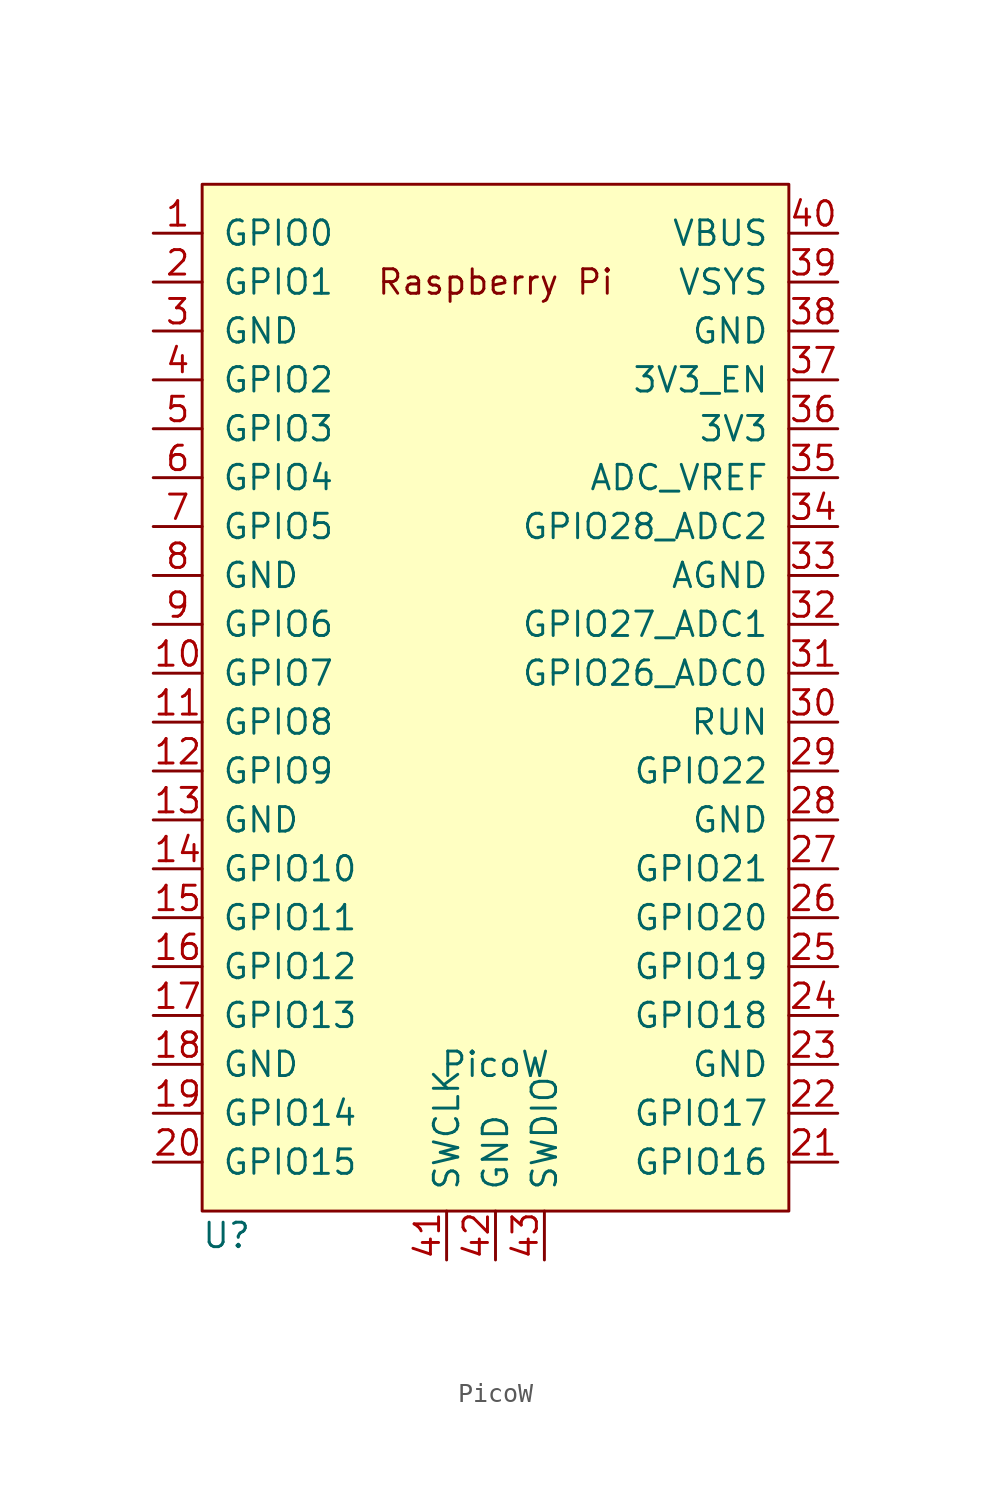
<source format=kicad_sym>
(kicad_symbol_lib
  (version 20220914)
  (generator kicad_symbol_editor)
  (symbol "PicoW"
    (pin_names
      (offset 1.016))
    (property "Reference" "U"
      (at -13.97 -27.94 0)
      (effects (font (size 1.27 1.27))))
    (property "Value" "PicoW"
      (at 0 -19.05 0)
      (effects (font (size 1.27 1.27))))
    (symbol "PicoW_0_0"
      (text "Raspberry Pi" (at 0 21.59 0) (effects (font (size 1.27 1.27)))))
    (symbol "PicoW_0_1"
      (rectangle (start -15.24 26.67) (end 15.24 -26.67) (stroke (width 0) (type default)) (fill (type background))))
    (symbol "PicoW_1_1"
      (pin bidirectional line (at -17.78 24.13 0) (length 2.54) (name "GPIO0" (effects (font (size 1.27 1.27)))) (number "1" (effects (font (size 1.27 1.27)))))
      (pin bidirectional line (at -17.78 1.27 0) (length 2.54) (name "GPIO7" (effects (font (size 1.27 1.27)))) (number "10" (effects (font (size 1.27 1.27)))))
      (pin bidirectional line (at -17.78 -1.27 0) (length 2.54) (name "GPIO8" (effects (font (size 1.27 1.27)))) (number "11" (effects (font (size 1.27 1.27)))))
      (pin bidirectional line (at -17.78 -3.81 0) (length 2.54) (name "GPIO9" (effects (font (size 1.27 1.27)))) (number "12" (effects (font (size 1.27 1.27)))))
      (pin power_in line (at -17.78 -6.35 0) (length 2.54) (name "GND" (effects (font (size 1.27 1.27)))) (number "13" (effects (font (size 1.27 1.27)))))
      (pin bidirectional line (at -17.78 -8.89 0) (length 2.54) (name "GPIO10" (effects (font (size 1.27 1.27)))) (number "14" (effects (font (size 1.27 1.27)))))
      (pin bidirectional line (at -17.78 -11.43 0) (length 2.54) (name "GPIO11" (effects (font (size 1.27 1.27)))) (number "15" (effects (font (size 1.27 1.27)))))
      (pin bidirectional line (at -17.78 -13.97 0) (length 2.54) (name "GPIO12" (effects (font (size 1.27 1.27)))) (number "16" (effects (font (size 1.27 1.27)))))
      (pin bidirectional line (at -17.78 -16.51 0) (length 2.54) (name "GPIO13" (effects (font (size 1.27 1.27)))) (number "17" (effects (font (size 1.27 1.27)))))
      (pin power_in line (at -17.78 -19.05 0) (length 2.54) (name "GND" (effects (font (size 1.27 1.27)))) (number "18" (effects (font (size 1.27 1.27)))))
      (pin bidirectional line (at -17.78 -21.59 0) (length 2.54) (name "GPIO14" (effects (font (size 1.27 1.27)))) (number "19" (effects (font (size 1.27 1.27)))))
      (pin bidirectional line (at -17.78 21.59 0) (length 2.54) (name "GPIO1" (effects (font (size 1.27 1.27)))) (number "2" (effects (font (size 1.27 1.27)))))
      (pin bidirectional line (at -17.78 -24.13 0) (length 2.54) (name "GPIO15" (effects (font (size 1.27 1.27)))) (number "20" (effects (font (size 1.27 1.27)))))
      (pin bidirectional line (at 17.78 -24.13 180) (length 2.54) (name "GPIO16" (effects (font (size 1.27 1.27)))) (number "21" (effects (font (size 1.27 1.27)))))
      (pin bidirectional line (at 17.78 -21.59 180) (length 2.54) (name "GPIO17" (effects (font (size 1.27 1.27)))) (number "22" (effects (font (size 1.27 1.27)))))
      (pin power_in line (at 17.78 -19.05 180) (length 2.54) (name "GND" (effects (font (size 1.27 1.27)))) (number "23" (effects (font (size 1.27 1.27)))))
      (pin bidirectional line (at 17.78 -16.51 180) (length 2.54) (name "GPIO18" (effects (font (size 1.27 1.27)))) (number "24" (effects (font (size 1.27 1.27)))))
      (pin bidirectional line (at 17.78 -13.97 180) (length 2.54) (name "GPIO19" (effects (font (size 1.27 1.27)))) (number "25" (effects (font (size 1.27 1.27)))))
      (pin bidirectional line (at 17.78 -11.43 180) (length 2.54) (name "GPIO20" (effects (font (size 1.27 1.27)))) (number "26" (effects (font (size 1.27 1.27)))))
      (pin bidirectional line (at 17.78 -8.89 180) (length 2.54) (name "GPIO21" (effects (font (size 1.27 1.27)))) (number "27" (effects (font (size 1.27 1.27)))))
      (pin power_in line (at 17.78 -6.35 180) (length 2.54) (name "GND" (effects (font (size 1.27 1.27)))) (number "28" (effects (font (size 1.27 1.27)))))
      (pin bidirectional line (at 17.78 -3.81 180) (length 2.54) (name "GPIO22" (effects (font (size 1.27 1.27)))) (number "29" (effects (font (size 1.27 1.27)))))
      (pin power_in line (at -17.78 19.05 0) (length 2.54) (name "GND" (effects (font (size 1.27 1.27)))) (number "3" (effects (font (size 1.27 1.27)))))
      (pin input line (at 17.78 -1.27 180) (length 2.54) (name "RUN" (effects (font (size 1.27 1.27)))) (number "30" (effects (font (size 1.27 1.27)))))
      (pin bidirectional line (at 17.78 1.27 180) (length 2.54) (name "GPIO26_ADC0" (effects (font (size 1.27 1.27)))) (number "31" (effects (font (size 1.27 1.27)))))
      (pin bidirectional line (at 17.78 3.81 180) (length 2.54) (name "GPIO27_ADC1" (effects (font (size 1.27 1.27)))) (number "32" (effects (font (size 1.27 1.27)))))
      (pin power_in line (at 17.78 6.35 180) (length 2.54) (name "AGND" (effects (font (size 1.27 1.27)))) (number "33" (effects (font (size 1.27 1.27)))))
      (pin bidirectional line (at 17.78 8.89 180) (length 2.54) (name "GPIO28_ADC2" (effects (font (size 1.27 1.27)))) (number "34" (effects (font (size 1.27 1.27)))))
      (pin unspecified line (at 17.78 11.43 180) (length 2.54) (name "ADC_VREF" (effects (font (size 1.27 1.27)))) (number "35" (effects (font (size 1.27 1.27)))))
      (pin power_out line (at 17.78 13.97 180) (length 2.54) (name "3V3" (effects (font (size 1.27 1.27)))) (number "36" (effects (font (size 1.27 1.27)))))
      (pin input line (at 17.78 16.51 180) (length 2.54) (name "3V3_EN" (effects (font (size 1.27 1.27)))) (number "37" (effects (font (size 1.27 1.27)))))
      (pin power_in line (at 17.78 19.05 180) (length 2.54) (name "GND" (effects (font (size 1.27 1.27)))) (number "38" (effects (font (size 1.27 1.27)))))
      (pin unspecified line (at 17.78 21.59 180) (length 2.54) (name "VSYS" (effects (font (size 1.27 1.27)))) (number "39" (effects (font (size 1.27 1.27)))))
      (pin bidirectional line (at -17.78 16.51 0) (length 2.54) (name "GPIO2" (effects (font (size 1.27 1.27)))) (number "4" (effects (font (size 1.27 1.27)))))
      (pin unspecified line (at 17.78 24.13 180) (length 2.54) (name "VBUS" (effects (font (size 1.27 1.27)))) (number "40" (effects (font (size 1.27 1.27)))))
      (pin input line (at -2.54 -29.21 90) (length 2.54) (name "SWCLK" (effects (font (size 1.27 1.27)))) (number "41" (effects (font (size 1.27 1.27)))))
      (pin power_in line (at 0 -29.21 90) (length 2.54) (name "GND" (effects (font (size 1.27 1.27)))) (number "42" (effects (font (size 1.27 1.27)))))
      (pin bidirectional line (at 2.54 -29.21 90) (length 2.54) (name "SWDIO" (effects (font (size 1.27 1.27)))) (number "43" (effects (font (size 1.27 1.27)))))
      (pin bidirectional line (at -17.78 13.97 0) (length 2.54) (name "GPIO3" (effects (font (size 1.27 1.27)))) (number "5" (effects (font (size 1.27 1.27)))))
      (pin bidirectional line (at -17.78 11.43 0) (length 2.54) (name "GPIO4" (effects (font (size 1.27 1.27)))) (number "6" (effects (font (size 1.27 1.27)))))
      (pin bidirectional line (at -17.78 8.89 0) (length 2.54) (name "GPIO5" (effects (font (size 1.27 1.27)))) (number "7" (effects (font (size 1.27 1.27)))))
      (pin power_in line (at -17.78 6.35 0) (length 2.54) (name "GND" (effects (font (size 1.27 1.27)))) (number "8" (effects (font (size 1.27 1.27)))))
      (pin bidirectional line (at -17.78 3.81 0) (length 2.54) (name "GPIO6" (effects (font (size 1.27 1.27)))) (number "9" (effects (font (size 1.27 1.27))))))))
</source>
